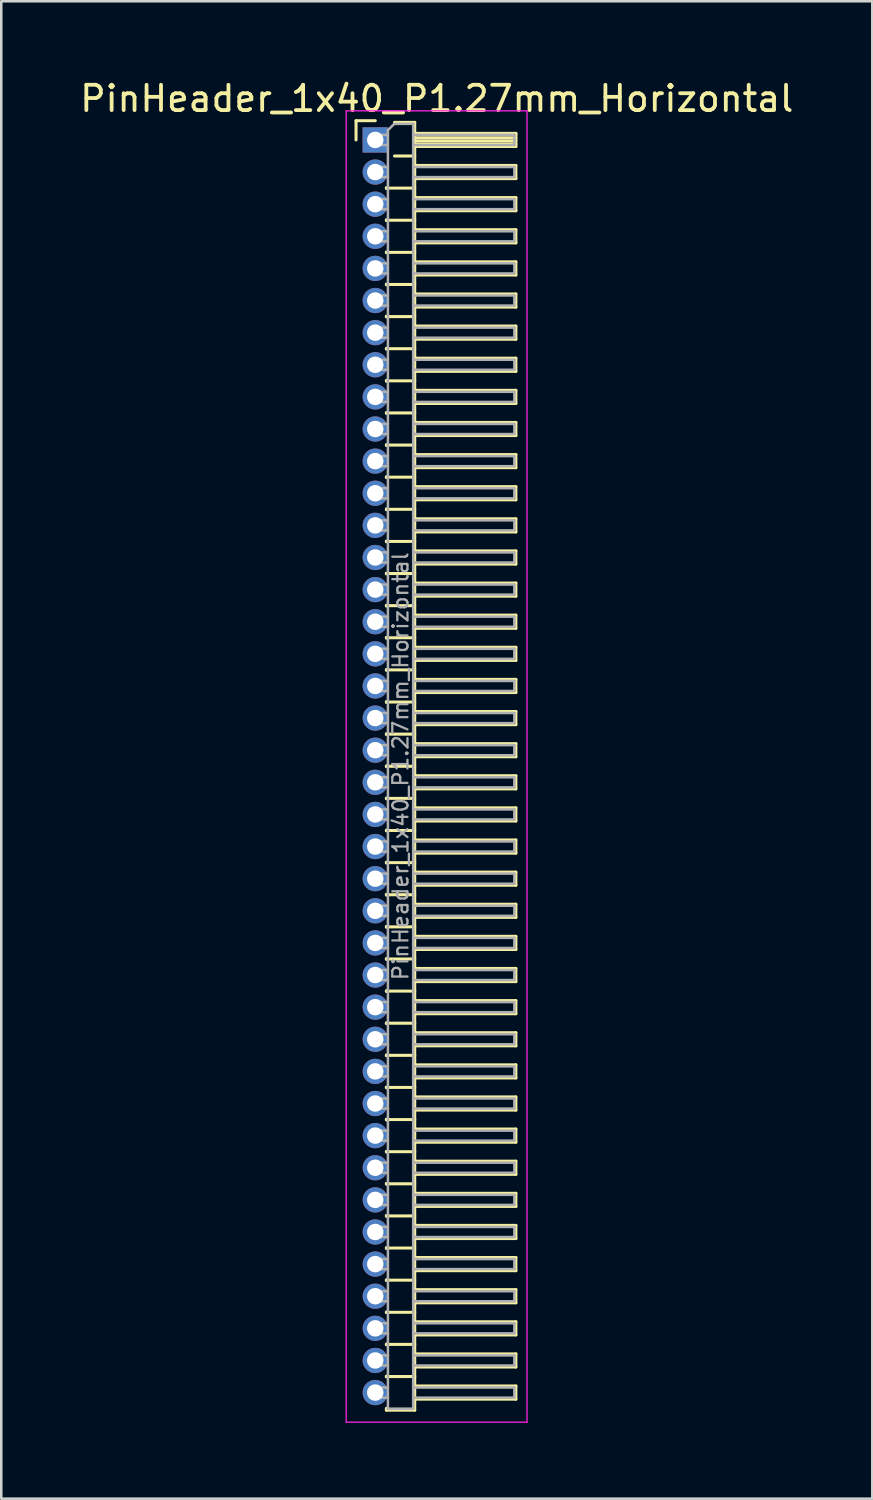
<source format=kicad_pcb>
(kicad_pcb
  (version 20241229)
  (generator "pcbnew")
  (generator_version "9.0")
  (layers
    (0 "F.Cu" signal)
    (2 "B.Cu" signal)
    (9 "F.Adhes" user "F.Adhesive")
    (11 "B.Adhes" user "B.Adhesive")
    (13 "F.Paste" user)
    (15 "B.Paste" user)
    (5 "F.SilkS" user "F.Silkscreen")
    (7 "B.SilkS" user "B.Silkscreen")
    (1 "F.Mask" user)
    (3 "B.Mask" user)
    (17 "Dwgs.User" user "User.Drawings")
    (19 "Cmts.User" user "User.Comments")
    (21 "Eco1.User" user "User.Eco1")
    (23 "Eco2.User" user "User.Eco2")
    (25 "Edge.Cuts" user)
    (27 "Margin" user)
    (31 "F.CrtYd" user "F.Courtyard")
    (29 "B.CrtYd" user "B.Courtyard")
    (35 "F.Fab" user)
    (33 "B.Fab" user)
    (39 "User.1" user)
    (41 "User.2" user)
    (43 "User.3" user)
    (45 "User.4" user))
  (footprint "PinHeader_1x40_P1.27mm_Horizontal"
    (layer "F.Cu")
    (at 11.788 2.483)
    (property "Reference" "PinHeader_1x40_P1.27mm_Horizontal" (at 2.433 -1.635 0) (layer "F.SilkS") (effects (font (size 1 1) (thickness 0.15))))
    (attr through_hole)
    (fp_line (start -0.76 -0.76) (end 0 -0.76) (stroke (width 0.12) (type solid)) (layer "F.SilkS"))
    (fp_line (start -0.76 0) (end -0.76 -0.76) (stroke (width 0.12) (type solid)) (layer "F.SilkS"))
    (fp_line (start 0.44 1.89) (end 0.44 1.92) (stroke (width 0.12) (type solid)) (layer "F.SilkS"))
    (fp_line (start 0.44 1.905) (end 1.56 1.905) (stroke (width 0.12) (type solid)) (layer "F.SilkS"))
    (fp_line (start 0.44 3.16) (end 0.44 3.19) (stroke (width 0.12) (type solid)) (layer "F.SilkS"))
    (fp_line (start 0.44 3.175) (end 1.56 3.175) (stroke (width 0.12) (type solid)) (layer "F.SilkS"))
    (fp_line (start 0.44 4.43) (end 0.44 4.46) (stroke (width 0.12) (type solid)) (layer "F.SilkS"))
    (fp_line (start 0.44 4.445) (end 1.56 4.445) (stroke (width 0.12) (type solid)) (layer "F.SilkS"))
    (fp_line (start 0.44 5.7) (end 0.44 5.73) (stroke (width 0.12) (type solid)) (layer "F.SilkS"))
    (fp_line (start 0.44 5.715) (end 1.56 5.715) (stroke (width 0.12) (type solid)) (layer "F.SilkS"))
    (fp_line (start 0.44 6.97) (end 0.44 7) (stroke (width 0.12) (type solid)) (layer "F.SilkS"))
    (fp_line (start 0.44 6.985) (end 1.56 6.985) (stroke (width 0.12) (type solid)) (layer "F.SilkS"))
    (fp_line (start 0.44 8.24) (end 0.44 8.27) (stroke (width 0.12) (type solid)) (layer "F.SilkS"))
    (fp_line (start 0.44 8.255) (end 1.56 8.255) (stroke (width 0.12) (type solid)) (layer "F.SilkS"))
    (fp_line (start 0.44 9.51) (end 0.44 9.54) (stroke (width 0.12) (type solid)) (layer "F.SilkS"))
    (fp_line (start 0.44 9.525) (end 1.56 9.525) (stroke (width 0.12) (type solid)) (layer "F.SilkS"))
    (fp_line (start 0.44 10.78) (end 0.44 10.81) (stroke (width 0.12) (type solid)) (layer "F.SilkS"))
    (fp_line (start 0.44 10.795) (end 1.56 10.795) (stroke (width 0.12) (type solid)) (layer "F.SilkS"))
    (fp_line (start 0.44 12.05) (end 0.44 12.08) (stroke (width 0.12) (type solid)) (layer "F.SilkS"))
    (fp_line (start 0.44 12.065) (end 1.56 12.065) (stroke (width 0.12) (type solid)) (layer "F.SilkS"))
    (fp_line (start 0.44 13.32) (end 0.44 13.35) (stroke (width 0.12) (type solid)) (layer "F.SilkS"))
    (fp_line (start 0.44 13.335) (end 1.56 13.335) (stroke (width 0.12) (type solid)) (layer "F.SilkS"))
    (fp_line (start 0.44 14.59) (end 0.44 14.62) (stroke (width 0.12) (type solid)) (layer "F.SilkS"))
    (fp_line (start 0.44 14.605) (end 1.56 14.605) (stroke (width 0.12) (type solid)) (layer "F.SilkS"))
    (fp_line (start 0.44 15.86) (end 0.44 15.89) (stroke (width 0.12) (type solid)) (layer "F.SilkS"))
    (fp_line (start 0.44 15.875) (end 1.56 15.875) (stroke (width 0.12) (type solid)) (layer "F.SilkS"))
    (fp_line (start 0.44 17.13) (end 0.44 17.16) (stroke (width 0.12) (type solid)) (layer "F.SilkS"))
    (fp_line (start 0.44 17.145) (end 1.56 17.145) (stroke (width 0.12) (type solid)) (layer "F.SilkS"))
    (fp_line (start 0.44 18.4) (end 0.44 18.43) (stroke (width 0.12) (type solid)) (layer "F.SilkS"))
    (fp_line (start 0.44 18.415) (end 1.56 18.415) (stroke (width 0.12) (type solid)) (layer "F.SilkS"))
    (fp_line (start 0.44 19.67) (end 0.44 19.7) (stroke (width 0.12) (type solid)) (layer "F.SilkS"))
    (fp_line (start 0.44 19.685) (end 1.56 19.685) (stroke (width 0.12) (type solid)) (layer "F.SilkS"))
    (fp_line (start 0.44 20.94) (end 0.44 20.97) (stroke (width 0.12) (type solid)) (layer "F.SilkS"))
    (fp_line (start 0.44 20.955) (end 1.56 20.955) (stroke (width 0.12) (type solid)) (layer "F.SilkS"))
    (fp_line (start 0.44 22.21) (end 0.44 22.24) (stroke (width 0.12) (type solid)) (layer "F.SilkS"))
    (fp_line (start 0.44 22.225) (end 1.56 22.225) (stroke (width 0.12) (type solid)) (layer "F.SilkS"))
    (fp_line (start 0.44 23.48) (end 0.44 23.51) (stroke (width 0.12) (type solid)) (layer "F.SilkS"))
    (fp_line (start 0.44 23.495) (end 1.56 23.495) (stroke (width 0.12) (type solid)) (layer "F.SilkS"))
    (fp_line (start 0.44 24.75) (end 0.44 24.78) (stroke (width 0.12) (type solid)) (layer "F.SilkS"))
    (fp_line (start 0.44 24.765) (end 1.56 24.765) (stroke (width 0.12) (type solid)) (layer "F.SilkS"))
    (fp_line (start 0.44 26.02) (end 0.44 26.05) (stroke (width 0.12) (type solid)) (layer "F.SilkS"))
    (fp_line (start 0.44 26.035) (end 1.56 26.035) (stroke (width 0.12) (type solid)) (layer "F.SilkS"))
    (fp_line (start 0.44 27.29) (end 0.44 27.32) (stroke (width 0.12) (type solid)) (layer "F.SilkS"))
    (fp_line (start 0.44 27.305) (end 1.56 27.305) (stroke (width 0.12) (type solid)) (layer "F.SilkS"))
    (fp_line (start 0.44 28.56) (end 0.44 28.59) (stroke (width 0.12) (type solid)) (layer "F.SilkS"))
    (fp_line (start 0.44 28.575) (end 1.56 28.575) (stroke (width 0.12) (type solid)) (layer "F.SilkS"))
    (fp_line (start 0.44 29.83) (end 0.44 29.86) (stroke (width 0.12) (type solid)) (layer "F.SilkS"))
    (fp_line (start 0.44 29.845) (end 1.56 29.845) (stroke (width 0.12) (type solid)) (layer "F.SilkS"))
    (fp_line (start 0.44 31.1) (end 0.44 31.13) (stroke (width 0.12) (type solid)) (layer "F.SilkS"))
    (fp_line (start 0.44 31.115) (end 1.56 31.115) (stroke (width 0.12) (type solid)) (layer "F.SilkS"))
    (fp_line (start 0.44 32.37) (end 0.44 32.4) (stroke (width 0.12) (type solid)) (layer "F.SilkS"))
    (fp_line (start 0.44 32.385) (end 1.56 32.385) (stroke (width 0.12) (type solid)) (layer "F.SilkS"))
    (fp_line (start 0.44 33.64) (end 0.44 33.67) (stroke (width 0.12) (type solid)) (layer "F.SilkS"))
    (fp_line (start 0.44 33.655) (end 1.56 33.655) (stroke (width 0.12) (type solid)) (layer "F.SilkS"))
    (fp_line (start 0.44 34.91) (end 0.44 34.94) (stroke (width 0.12) (type solid)) (layer "F.SilkS"))
    (fp_line (start 0.44 34.925) (end 1.56 34.925) (stroke (width 0.12) (type solid)) (layer "F.SilkS"))
    (fp_line (start 0.44 36.18) (end 0.44 36.21) (stroke (width 0.12) (type solid)) (layer "F.SilkS"))
    (fp_line (start 0.44 36.195) (end 1.56 36.195) (stroke (width 0.12) (type solid)) (layer "F.SilkS"))
    (fp_line (start 0.44 37.45) (end 0.44 37.48) (stroke (width 0.12) (type solid)) (layer "F.SilkS"))
    (fp_line (start 0.44 37.465) (end 1.56 37.465) (stroke (width 0.12) (type solid)) (layer "F.SilkS"))
    (fp_line (start 0.44 38.72) (end 0.44 38.75) (stroke (width 0.12) (type solid)) (layer "F.SilkS"))
    (fp_line (start 0.44 38.735) (end 1.56 38.735) (stroke (width 0.12) (type solid)) (layer "F.SilkS"))
    (fp_line (start 0.44 39.99) (end 0.44 40.02) (stroke (width 0.12) (type solid)) (layer "F.SilkS"))
    (fp_line (start 0.44 40.005) (end 1.56 40.005) (stroke (width 0.12) (type solid)) (layer "F.SilkS"))
    (fp_line (start 0.44 41.26) (end 0.44 41.29) (stroke (width 0.12) (type solid)) (layer "F.SilkS"))
    (fp_line (start 0.44 41.275) (end 1.56 41.275) (stroke (width 0.12) (type solid)) (layer "F.SilkS"))
    (fp_line (start 0.44 42.53) (end 0.44 42.56) (stroke (width 0.12) (type solid)) (layer "F.SilkS"))
    (fp_line (start 0.44 42.545) (end 1.56 42.545) (stroke (width 0.12) (type solid)) (layer "F.SilkS"))
    (fp_line (start 0.44 43.8) (end 0.44 43.83) (stroke (width 0.12) (type solid)) (layer "F.SilkS"))
    (fp_line (start 0.44 43.815) (end 1.56 43.815) (stroke (width 0.12) (type solid)) (layer "F.SilkS"))
    (fp_line (start 0.44 45.07) (end 0.44 45.1) (stroke (width 0.12) (type solid)) (layer "F.SilkS"))
    (fp_line (start 0.44 45.085) (end 1.56 45.085) (stroke (width 0.12) (type solid)) (layer "F.SilkS"))
    (fp_line (start 0.44 46.34) (end 0.44 46.37) (stroke (width 0.12) (type solid)) (layer "F.SilkS"))
    (fp_line (start 0.44 46.355) (end 1.56 46.355) (stroke (width 0.12) (type solid)) (layer "F.SilkS"))
    (fp_line (start 0.44 47.61) (end 0.44 47.64) (stroke (width 0.12) (type solid)) (layer "F.SilkS"))
    (fp_line (start 0.44 47.625) (end 1.56 47.625) (stroke (width 0.12) (type solid)) (layer "F.SilkS"))
    (fp_line (start 0.44 48.88) (end 0.44 48.91) (stroke (width 0.12) (type solid)) (layer "F.SilkS"))
    (fp_line (start 0.44 48.895) (end 1.56 48.895) (stroke (width 0.12) (type solid)) (layer "F.SilkS"))
    (fp_line (start 0.44 50.225) (end 0.44 50.15) (stroke (width 0.12) (type solid)) (layer "F.SilkS"))
    (fp_line (start 0.76 -0.695) (end 1.56 -0.695) (stroke (width 0.12) (type solid)) (layer "F.SilkS"))
    (fp_line (start 0.76 0.635) (end 1.56 0.635) (stroke (width 0.12) (type solid)) (layer "F.SilkS"))
    (fp_line (start 1.56 -0.695) (end 1.56 50.225) (stroke (width 0.12) (type solid)) (layer "F.SilkS"))
    (fp_line (start 1.56 -0.26) (end 5.56 -0.26) (stroke (width 0.12) (type solid)) (layer "F.SilkS"))
    (fp_line (start 1.56 -0.2) (end 5.56 -0.2) (stroke (width 0.12) (type solid)) (layer "F.SilkS"))
    (fp_line (start 1.56 -0.08) (end 5.56 -0.08) (stroke (width 0.12) (type solid)) (layer "F.SilkS"))
    (fp_line (start 1.56 0.04) (end 5.56 0.04) (stroke (width 0.12) (type solid)) (layer "F.SilkS"))
    (fp_line (start 1.56 0.16) (end 5.56 0.16) (stroke (width 0.12) (type solid)) (layer "F.SilkS"))
    (fp_line (start 1.56 1.01) (end 5.56 1.01) (stroke (width 0.12) (type solid)) (layer "F.SilkS"))
    (fp_line (start 1.56 2.28) (end 5.56 2.28) (stroke (width 0.12) (type solid)) (layer "F.SilkS"))
    (fp_line (start 1.56 3.55) (end 5.56 3.55) (stroke (width 0.12) (type solid)) (layer "F.SilkS"))
    (fp_line (start 1.56 4.82) (end 5.56 4.82) (stroke (width 0.12) (type solid)) (layer "F.SilkS"))
    (fp_line (start 1.56 6.09) (end 5.56 6.09) (stroke (width 0.12) (type solid)) (layer "F.SilkS"))
    (fp_line (start 1.56 7.36) (end 5.56 7.36) (stroke (width 0.12) (type solid)) (layer "F.SilkS"))
    (fp_line (start 1.56 8.63) (end 5.56 8.63) (stroke (width 0.12) (type solid)) (layer "F.SilkS"))
    (fp_line (start 1.56 9.9) (end 5.56 9.9) (stroke (width 0.12) (type solid)) (layer "F.SilkS"))
    (fp_line (start 1.56 11.17) (end 5.56 11.17) (stroke (width 0.12) (type solid)) (layer "F.SilkS"))
    (fp_line (start 1.56 12.44) (end 5.56 12.44) (stroke (width 0.12) (type solid)) (layer "F.SilkS"))
    (fp_line (start 1.56 13.71) (end 5.56 13.71) (stroke (width 0.12) (type solid)) (layer "F.SilkS"))
    (fp_line (start 1.56 14.98) (end 5.56 14.98) (stroke (width 0.12) (type solid)) (layer "F.SilkS"))
    (fp_line (start 1.56 16.25) (end 5.56 16.25) (stroke (width 0.12) (type solid)) (layer "F.SilkS"))
    (fp_line (start 1.56 17.52) (end 5.56 17.52) (stroke (width 0.12) (type solid)) (layer "F.SilkS"))
    (fp_line (start 1.56 18.79) (end 5.56 18.79) (stroke (width 0.12) (type solid)) (layer "F.SilkS"))
    (fp_line (start 1.56 20.06) (end 5.56 20.06) (stroke (width 0.12) (type solid)) (layer "F.SilkS"))
    (fp_line (start 1.56 21.33) (end 5.56 21.33) (stroke (width 0.12) (type solid)) (layer "F.SilkS"))
    (fp_line (start 1.56 22.6) (end 5.56 22.6) (stroke (width 0.12) (type solid)) (layer "F.SilkS"))
    (fp_line (start 1.56 23.87) (end 5.56 23.87) (stroke (width 0.12) (type solid)) (layer "F.SilkS"))
    (fp_line (start 1.56 25.14) (end 5.56 25.14) (stroke (width 0.12) (type solid)) (layer "F.SilkS"))
    (fp_line (start 1.56 26.41) (end 5.56 26.41) (stroke (width 0.12) (type solid)) (layer "F.SilkS"))
    (fp_line (start 1.56 27.68) (end 5.56 27.68) (stroke (width 0.12) (type solid)) (layer "F.SilkS"))
    (fp_line (start 1.56 28.95) (end 5.56 28.95) (stroke (width 0.12) (type solid)) (layer "F.SilkS"))
    (fp_line (start 1.56 30.22) (end 5.56 30.22) (stroke (width 0.12) (type solid)) (layer "F.SilkS"))
    (fp_line (start 1.56 31.49) (end 5.56 31.49) (stroke (width 0.12) (type solid)) (layer "F.SilkS"))
    (fp_line (start 1.56 32.76) (end 5.56 32.76) (stroke (width 0.12) (type solid)) (layer "F.SilkS"))
    (fp_line (start 1.56 34.03) (end 5.56 34.03) (stroke (width 0.12) (type solid)) (layer "F.SilkS"))
    (fp_line (start 1.56 35.3) (end 5.56 35.3) (stroke (width 0.12) (type solid)) (layer "F.SilkS"))
    (fp_line (start 1.56 36.57) (end 5.56 36.57) (stroke (width 0.12) (type solid)) (layer "F.SilkS"))
    (fp_line (start 1.56 37.84) (end 5.56 37.84) (stroke (width 0.12) (type solid)) (layer "F.SilkS"))
    (fp_line (start 1.56 39.11) (end 5.56 39.11) (stroke (width 0.12) (type solid)) (layer "F.SilkS"))
    (fp_line (start 1.56 40.38) (end 5.56 40.38) (stroke (width 0.12) (type solid)) (layer "F.SilkS"))
    (fp_line (start 1.56 41.65) (end 5.56 41.65) (stroke (width 0.12) (type solid)) (layer "F.SilkS"))
    (fp_line (start 1.56 42.92) (end 5.56 42.92) (stroke (width 0.12) (type solid)) (layer "F.SilkS"))
    (fp_line (start 1.56 44.19) (end 5.56 44.19) (stroke (width 0.12) (type solid)) (layer "F.SilkS"))
    (fp_line (start 1.56 45.46) (end 5.56 45.46) (stroke (width 0.12) (type solid)) (layer "F.SilkS"))
    (fp_line (start 1.56 46.73) (end 5.56 46.73) (stroke (width 0.12) (type solid)) (layer "F.SilkS"))
    (fp_line (start 1.56 48) (end 5.56 48) (stroke (width 0.12) (type solid)) (layer "F.SilkS"))
    (fp_line (start 1.56 49.27) (end 5.56 49.27) (stroke (width 0.12) (type solid)) (layer "F.SilkS"))
    (fp_line (start 1.56 50.225) (end 0.44 50.225) (stroke (width 0.12) (type solid)) (layer "F.SilkS"))
    (fp_line (start 5.56 -0.26) (end 5.56 0.26) (stroke (width 0.12) (type solid)) (layer "F.SilkS"))
    (fp_line (start 5.56 0.26) (end 1.56 0.26) (stroke (width 0.12) (type solid)) (layer "F.SilkS"))
    (fp_line (start 5.56 1.01) (end 5.56 1.53) (stroke (width 0.12) (type solid)) (layer "F.SilkS"))
    (fp_line (start 5.56 1.53) (end 1.56 1.53) (stroke (width 0.12) (type solid)) (layer "F.SilkS"))
    (fp_line (start 5.56 2.28) (end 5.56 2.8) (stroke (width 0.12) (type solid)) (layer "F.SilkS"))
    (fp_line (start 5.56 2.8) (end 1.56 2.8) (stroke (width 0.12) (type solid)) (layer "F.SilkS"))
    (fp_line (start 5.56 3.55) (end 5.56 4.07) (stroke (width 0.12) (type solid)) (layer "F.SilkS"))
    (fp_line (start 5.56 4.07) (end 1.56 4.07) (stroke (width 0.12) (type solid)) (layer "F.SilkS"))
    (fp_line (start 5.56 4.82) (end 5.56 5.34) (stroke (width 0.12) (type solid)) (layer "F.SilkS"))
    (fp_line (start 5.56 5.34) (end 1.56 5.34) (stroke (width 0.12) (type solid)) (layer "F.SilkS"))
    (fp_line (start 5.56 6.09) (end 5.56 6.61) (stroke (width 0.12) (type solid)) (layer "F.SilkS"))
    (fp_line (start 5.56 6.61) (end 1.56 6.61) (stroke (width 0.12) (type solid)) (layer "F.SilkS"))
    (fp_line (start 5.56 7.36) (end 5.56 7.88) (stroke (width 0.12) (type solid)) (layer "F.SilkS"))
    (fp_line (start 5.56 7.88) (end 1.56 7.88) (stroke (width 0.12) (type solid)) (layer "F.SilkS"))
    (fp_line (start 5.56 8.63) (end 5.56 9.15) (stroke (width 0.12) (type solid)) (layer "F.SilkS"))
    (fp_line (start 5.56 9.15) (end 1.56 9.15) (stroke (width 0.12) (type solid)) (layer "F.SilkS"))
    (fp_line (start 5.56 9.9) (end 5.56 10.42) (stroke (width 0.12) (type solid)) (layer "F.SilkS"))
    (fp_line (start 5.56 10.42) (end 1.56 10.42) (stroke (width 0.12) (type solid)) (layer "F.SilkS"))
    (fp_line (start 5.56 11.17) (end 5.56 11.69) (stroke (width 0.12) (type solid)) (layer "F.SilkS"))
    (fp_line (start 5.56 11.69) (end 1.56 11.69) (stroke (width 0.12) (type solid)) (layer "F.SilkS"))
    (fp_line (start 5.56 12.44) (end 5.56 12.96) (stroke (width 0.12) (type solid)) (layer "F.SilkS"))
    (fp_line (start 5.56 12.96) (end 1.56 12.96) (stroke (width 0.12) (type solid)) (layer "F.SilkS"))
    (fp_line (start 5.56 13.71) (end 5.56 14.23) (stroke (width 0.12) (type solid)) (layer "F.SilkS"))
    (fp_line (start 5.56 14.23) (end 1.56 14.23) (stroke (width 0.12) (type solid)) (layer "F.SilkS"))
    (fp_line (start 5.56 14.98) (end 5.56 15.5) (stroke (width 0.12) (type solid)) (layer "F.SilkS"))
    (fp_line (start 5.56 15.5) (end 1.56 15.5) (stroke (width 0.12) (type solid)) (layer "F.SilkS"))
    (fp_line (start 5.56 16.25) (end 5.56 16.77) (stroke (width 0.12) (type solid)) (layer "F.SilkS"))
    (fp_line (start 5.56 16.77) (end 1.56 16.77) (stroke (width 0.12) (type solid)) (layer "F.SilkS"))
    (fp_line (start 5.56 17.52) (end 5.56 18.04) (stroke (width 0.12) (type solid)) (layer "F.SilkS"))
    (fp_line (start 5.56 18.04) (end 1.56 18.04) (stroke (width 0.12) (type solid)) (layer "F.SilkS"))
    (fp_line (start 5.56 18.79) (end 5.56 19.31) (stroke (width 0.12) (type solid)) (layer "F.SilkS"))
    (fp_line (start 5.56 19.31) (end 1.56 19.31) (stroke (width 0.12) (type solid)) (layer "F.SilkS"))
    (fp_line (start 5.56 20.06) (end 5.56 20.58) (stroke (width 0.12) (type solid)) (layer "F.SilkS"))
    (fp_line (start 5.56 20.58) (end 1.56 20.58) (stroke (width 0.12) (type solid)) (layer "F.SilkS"))
    (fp_line (start 5.56 21.33) (end 5.56 21.85) (stroke (width 0.12) (type solid)) (layer "F.SilkS"))
    (fp_line (start 5.56 21.85) (end 1.56 21.85) (stroke (width 0.12) (type solid)) (layer "F.SilkS"))
    (fp_line (start 5.56 22.6) (end 5.56 23.12) (stroke (width 0.12) (type solid)) (layer "F.SilkS"))
    (fp_line (start 5.56 23.12) (end 1.56 23.12) (stroke (width 0.12) (type solid)) (layer "F.SilkS"))
    (fp_line (start 5.56 23.87) (end 5.56 24.39) (stroke (width 0.12) (type solid)) (layer "F.SilkS"))
    (fp_line (start 5.56 24.39) (end 1.56 24.39) (stroke (width 0.12) (type solid)) (layer "F.SilkS"))
    (fp_line (start 5.56 25.14) (end 5.56 25.66) (stroke (width 0.12) (type solid)) (layer "F.SilkS"))
    (fp_line (start 5.56 25.66) (end 1.56 25.66) (stroke (width 0.12) (type solid)) (layer "F.SilkS"))
    (fp_line (start 5.56 26.41) (end 5.56 26.93) (stroke (width 0.12) (type solid)) (layer "F.SilkS"))
    (fp_line (start 5.56 26.93) (end 1.56 26.93) (stroke (width 0.12) (type solid)) (layer "F.SilkS"))
    (fp_line (start 5.56 27.68) (end 5.56 28.2) (stroke (width 0.12) (type solid)) (layer "F.SilkS"))
    (fp_line (start 5.56 28.2) (end 1.56 28.2) (stroke (width 0.12) (type solid)) (layer "F.SilkS"))
    (fp_line (start 5.56 28.95) (end 5.56 29.47) (stroke (width 0.12) (type solid)) (layer "F.SilkS"))
    (fp_line (start 5.56 29.47) (end 1.56 29.47) (stroke (width 0.12) (type solid)) (layer "F.SilkS"))
    (fp_line (start 5.56 30.22) (end 5.56 30.74) (stroke (width 0.12) (type solid)) (layer "F.SilkS"))
    (fp_line (start 5.56 30.74) (end 1.56 30.74) (stroke (width 0.12) (type solid)) (layer "F.SilkS"))
    (fp_line (start 5.56 31.49) (end 5.56 32.01) (stroke (width 0.12) (type solid)) (layer "F.SilkS"))
    (fp_line (start 5.56 32.01) (end 1.56 32.01) (stroke (width 0.12) (type solid)) (layer "F.SilkS"))
    (fp_line (start 5.56 32.76) (end 5.56 33.28) (stroke (width 0.12) (type solid)) (layer "F.SilkS"))
    (fp_line (start 5.56 33.28) (end 1.56 33.28) (stroke (width 0.12) (type solid)) (layer "F.SilkS"))
    (fp_line (start 5.56 34.03) (end 5.56 34.55) (stroke (width 0.12) (type solid)) (layer "F.SilkS"))
    (fp_line (start 5.56 34.55) (end 1.56 34.55) (stroke (width 0.12) (type solid)) (layer "F.SilkS"))
    (fp_line (start 5.56 35.3) (end 5.56 35.82) (stroke (width 0.12) (type solid)) (layer "F.SilkS"))
    (fp_line (start 5.56 35.82) (end 1.56 35.82) (stroke (width 0.12) (type solid)) (layer "F.SilkS"))
    (fp_line (start 5.56 36.57) (end 5.56 37.09) (stroke (width 0.12) (type solid)) (layer "F.SilkS"))
    (fp_line (start 5.56 37.09) (end 1.56 37.09) (stroke (width 0.12) (type solid)) (layer "F.SilkS"))
    (fp_line (start 5.56 37.84) (end 5.56 38.36) (stroke (width 0.12) (type solid)) (layer "F.SilkS"))
    (fp_line (start 5.56 38.36) (end 1.56 38.36) (stroke (width 0.12) (type solid)) (layer "F.SilkS"))
    (fp_line (start 5.56 39.11) (end 5.56 39.63) (stroke (width 0.12) (type solid)) (layer "F.SilkS"))
    (fp_line (start 5.56 39.63) (end 1.56 39.63) (stroke (width 0.12) (type solid)) (layer "F.SilkS"))
    (fp_line (start 5.56 40.38) (end 5.56 40.9) (stroke (width 0.12) (type solid)) (layer "F.SilkS"))
    (fp_line (start 5.56 40.9) (end 1.56 40.9) (stroke (width 0.12) (type solid)) (layer "F.SilkS"))
    (fp_line (start 5.56 41.65) (end 5.56 42.17) (stroke (width 0.12) (type solid)) (layer "F.SilkS"))
    (fp_line (start 5.56 42.17) (end 1.56 42.17) (stroke (width 0.12) (type solid)) (layer "F.SilkS"))
    (fp_line (start 5.56 42.92) (end 5.56 43.44) (stroke (width 0.12) (type solid)) (layer "F.SilkS"))
    (fp_line (start 5.56 43.44) (end 1.56 43.44) (stroke (width 0.12) (type solid)) (layer "F.SilkS"))
    (fp_line (start 5.56 44.19) (end 5.56 44.71) (stroke (width 0.12) (type solid)) (layer "F.SilkS"))
    (fp_line (start 5.56 44.71) (end 1.56 44.71) (stroke (width 0.12) (type solid)) (layer "F.SilkS"))
    (fp_line (start 5.56 45.46) (end 5.56 45.98) (stroke (width 0.12) (type solid)) (layer "F.SilkS"))
    (fp_line (start 5.56 45.98) (end 1.56 45.98) (stroke (width 0.12) (type solid)) (layer "F.SilkS"))
    (fp_line (start 5.56 46.73) (end 5.56 47.25) (stroke (width 0.12) (type solid)) (layer "F.SilkS"))
    (fp_line (start 5.56 47.25) (end 1.56 47.25) (stroke (width 0.12) (type solid)) (layer "F.SilkS"))
    (fp_line (start 5.56 48) (end 5.56 48.52) (stroke (width 0.12) (type solid)) (layer "F.SilkS"))
    (fp_line (start 5.56 48.52) (end 1.56 48.52) (stroke (width 0.12) (type solid)) (layer "F.SilkS"))
    (fp_line (start 5.56 49.27) (end 5.56 49.79) (stroke (width 0.12) (type solid)) (layer "F.SilkS"))
    (fp_line (start 5.56 49.79) (end 1.56 49.79) (stroke (width 0.12) (type solid)) (layer "F.SilkS"))
    (fp_line (start -1.15 -1.15) (end -1.15 50.7) (stroke (width 0.05) (type solid)) (layer "F.CrtYd"))
    (fp_line (start -1.15 50.7) (end 6 50.7) (stroke (width 0.05) (type solid)) (layer "F.CrtYd"))
    (fp_line (start 6 -1.15) (end -1.15 -1.15) (stroke (width 0.05) (type solid)) (layer "F.CrtYd"))
    (fp_line (start 6 50.7) (end 6 -1.15) (stroke (width 0.05) (type solid)) (layer "F.CrtYd"))
    (fp_line (start -0.2 -0.2) (end -0.2 0.2) (stroke (width 0.1) (type solid)) (layer "F.Fab"))
    (fp_line (start -0.2 -0.2) (end 0.5 -0.2) (stroke (width 0.1) (type solid)) (layer "F.Fab"))
    (fp_line (start -0.2 0.2) (end 0.5 0.2) (stroke (width 0.1) (type solid)) (layer "F.Fab"))
    (fp_line (start -0.2 1.07) (end -0.2 1.47) (stroke (width 0.1) (type solid)) (layer "F.Fab"))
    (fp_line (start -0.2 1.07) (end 0.5 1.07) (stroke (width 0.1) (type solid)) (layer "F.Fab"))
    (fp_line (start -0.2 1.47) (end 0.5 1.47) (stroke (width 0.1) (type solid)) (layer "F.Fab"))
    (fp_line (start -0.2 2.34) (end -0.2 2.74) (stroke (width 0.1) (type solid)) (layer "F.Fab"))
    (fp_line (start -0.2 2.34) (end 0.5 2.34) (stroke (width 0.1) (type solid)) (layer "F.Fab"))
    (fp_line (start -0.2 2.74) (end 0.5 2.74) (stroke (width 0.1) (type solid)) (layer "F.Fab"))
    (fp_line (start -0.2 3.61) (end -0.2 4.01) (stroke (width 0.1) (type solid)) (layer "F.Fab"))
    (fp_line (start -0.2 3.61) (end 0.5 3.61) (stroke (width 0.1) (type solid)) (layer "F.Fab"))
    (fp_line (start -0.2 4.01) (end 0.5 4.01) (stroke (width 0.1) (type solid)) (layer "F.Fab"))
    (fp_line (start -0.2 4.88) (end -0.2 5.28) (stroke (width 0.1) (type solid)) (layer "F.Fab"))
    (fp_line (start -0.2 4.88) (end 0.5 4.88) (stroke (width 0.1) (type solid)) (layer "F.Fab"))
    (fp_line (start -0.2 5.28) (end 0.5 5.28) (stroke (width 0.1) (type solid)) (layer "F.Fab"))
    (fp_line (start -0.2 6.15) (end -0.2 6.55) (stroke (width 0.1) (type solid)) (layer "F.Fab"))
    (fp_line (start -0.2 6.15) (end 0.5 6.15) (stroke (width 0.1) (type solid)) (layer "F.Fab"))
    (fp_line (start -0.2 6.55) (end 0.5 6.55) (stroke (width 0.1) (type solid)) (layer "F.Fab"))
    (fp_line (start -0.2 7.42) (end -0.2 7.82) (stroke (width 0.1) (type solid)) (layer "F.Fab"))
    (fp_line (start -0.2 7.42) (end 0.5 7.42) (stroke (width 0.1) (type solid)) (layer "F.Fab"))
    (fp_line (start -0.2 7.82) (end 0.5 7.82) (stroke (width 0.1) (type solid)) (layer "F.Fab"))
    (fp_line (start -0.2 8.69) (end -0.2 9.09) (stroke (width 0.1) (type solid)) (layer "F.Fab"))
    (fp_line (start -0.2 8.69) (end 0.5 8.69) (stroke (width 0.1) (type solid)) (layer "F.Fab"))
    (fp_line (start -0.2 9.09) (end 0.5 9.09) (stroke (width 0.1) (type solid)) (layer "F.Fab"))
    (fp_line (start -0.2 9.96) (end -0.2 10.36) (stroke (width 0.1) (type solid)) (layer "F.Fab"))
    (fp_line (start -0.2 9.96) (end 0.5 9.96) (stroke (width 0.1) (type solid)) (layer "F.Fab"))
    (fp_line (start -0.2 10.36) (end 0.5 10.36) (stroke (width 0.1) (type solid)) (layer "F.Fab"))
    (fp_line (start -0.2 11.23) (end -0.2 11.63) (stroke (width 0.1) (type solid)) (layer "F.Fab"))
    (fp_line (start -0.2 11.23) (end 0.5 11.23) (stroke (width 0.1) (type solid)) (layer "F.Fab"))
    (fp_line (start -0.2 11.63) (end 0.5 11.63) (stroke (width 0.1) (type solid)) (layer "F.Fab"))
    (fp_line (start -0.2 12.5) (end -0.2 12.9) (stroke (width 0.1) (type solid)) (layer "F.Fab"))
    (fp_line (start -0.2 12.5) (end 0.5 12.5) (stroke (width 0.1) (type solid)) (layer "F.Fab"))
    (fp_line (start -0.2 12.9) (end 0.5 12.9) (stroke (width 0.1) (type solid)) (layer "F.Fab"))
    (fp_line (start -0.2 13.77) (end -0.2 14.17) (stroke (width 0.1) (type solid)) (layer "F.Fab"))
    (fp_line (start -0.2 13.77) (end 0.5 13.77) (stroke (width 0.1) (type solid)) (layer "F.Fab"))
    (fp_line (start -0.2 14.17) (end 0.5 14.17) (stroke (width 0.1) (type solid)) (layer "F.Fab"))
    (fp_line (start -0.2 15.04) (end -0.2 15.44) (stroke (width 0.1) (type solid)) (layer "F.Fab"))
    (fp_line (start -0.2 15.04) (end 0.5 15.04) (stroke (width 0.1) (type solid)) (layer "F.Fab"))
    (fp_line (start -0.2 15.44) (end 0.5 15.44) (stroke (width 0.1) (type solid)) (layer "F.Fab"))
    (fp_line (start -0.2 16.31) (end -0.2 16.71) (stroke (width 0.1) (type solid)) (layer "F.Fab"))
    (fp_line (start -0.2 16.31) (end 0.5 16.31) (stroke (width 0.1) (type solid)) (layer "F.Fab"))
    (fp_line (start -0.2 16.71) (end 0.5 16.71) (stroke (width 0.1) (type solid)) (layer "F.Fab"))
    (fp_line (start -0.2 17.58) (end -0.2 17.98) (stroke (width 0.1) (type solid)) (layer "F.Fab"))
    (fp_line (start -0.2 17.58) (end 0.5 17.58) (stroke (width 0.1) (type solid)) (layer "F.Fab"))
    (fp_line (start -0.2 17.98) (end 0.5 17.98) (stroke (width 0.1) (type solid)) (layer "F.Fab"))
    (fp_line (start -0.2 18.85) (end -0.2 19.25) (stroke (width 0.1) (type solid)) (layer "F.Fab"))
    (fp_line (start -0.2 18.85) (end 0.5 18.85) (stroke (width 0.1) (type solid)) (layer "F.Fab"))
    (fp_line (start -0.2 19.25) (end 0.5 19.25) (stroke (width 0.1) (type solid)) (layer "F.Fab"))
    (fp_line (start -0.2 20.12) (end -0.2 20.52) (stroke (width 0.1) (type solid)) (layer "F.Fab"))
    (fp_line (start -0.2 20.12) (end 0.5 20.12) (stroke (width 0.1) (type solid)) (layer "F.Fab"))
    (fp_line (start -0.2 20.52) (end 0.5 20.52) (stroke (width 0.1) (type solid)) (layer "F.Fab"))
    (fp_line (start -0.2 21.39) (end -0.2 21.79) (stroke (width 0.1) (type solid)) (layer "F.Fab"))
    (fp_line (start -0.2 21.39) (end 0.5 21.39) (stroke (width 0.1) (type solid)) (layer "F.Fab"))
    (fp_line (start -0.2 21.79) (end 0.5 21.79) (stroke (width 0.1) (type solid)) (layer "F.Fab"))
    (fp_line (start -0.2 22.66) (end -0.2 23.06) (stroke (width 0.1) (type solid)) (layer "F.Fab"))
    (fp_line (start -0.2 22.66) (end 0.5 22.66) (stroke (width 0.1) (type solid)) (layer "F.Fab"))
    (fp_line (start -0.2 23.06) (end 0.5 23.06) (stroke (width 0.1) (type solid)) (layer "F.Fab"))
    (fp_line (start -0.2 23.93) (end -0.2 24.33) (stroke (width 0.1) (type solid)) (layer "F.Fab"))
    (fp_line (start -0.2 23.93) (end 0.5 23.93) (stroke (width 0.1) (type solid)) (layer "F.Fab"))
    (fp_line (start -0.2 24.33) (end 0.5 24.33) (stroke (width 0.1) (type solid)) (layer "F.Fab"))
    (fp_line (start -0.2 25.2) (end -0.2 25.6) (stroke (width 0.1) (type solid)) (layer "F.Fab"))
    (fp_line (start -0.2 25.2) (end 0.5 25.2) (stroke (width 0.1) (type solid)) (layer "F.Fab"))
    (fp_line (start -0.2 25.6) (end 0.5 25.6) (stroke (width 0.1) (type solid)) (layer "F.Fab"))
    (fp_line (start -0.2 26.47) (end -0.2 26.87) (stroke (width 0.1) (type solid)) (layer "F.Fab"))
    (fp_line (start -0.2 26.47) (end 0.5 26.47) (stroke (width 0.1) (type solid)) (layer "F.Fab"))
    (fp_line (start -0.2 26.87) (end 0.5 26.87) (stroke (width 0.1) (type solid)) (layer "F.Fab"))
    (fp_line (start -0.2 27.74) (end -0.2 28.14) (stroke (width 0.1) (type solid)) (layer "F.Fab"))
    (fp_line (start -0.2 27.74) (end 0.5 27.74) (stroke (width 0.1) (type solid)) (layer "F.Fab"))
    (fp_line (start -0.2 28.14) (end 0.5 28.14) (stroke (width 0.1) (type solid)) (layer "F.Fab"))
    (fp_line (start -0.2 29.01) (end -0.2 29.41) (stroke (width 0.1) (type solid)) (layer "F.Fab"))
    (fp_line (start -0.2 29.01) (end 0.5 29.01) (stroke (width 0.1) (type solid)) (layer "F.Fab"))
    (fp_line (start -0.2 29.41) (end 0.5 29.41) (stroke (width 0.1) (type solid)) (layer "F.Fab"))
    (fp_line (start -0.2 30.28) (end -0.2 30.68) (stroke (width 0.1) (type solid)) (layer "F.Fab"))
    (fp_line (start -0.2 30.28) (end 0.5 30.28) (stroke (width 0.1) (type solid)) (layer "F.Fab"))
    (fp_line (start -0.2 30.68) (end 0.5 30.68) (stroke (width 0.1) (type solid)) (layer "F.Fab"))
    (fp_line (start -0.2 31.55) (end -0.2 31.95) (stroke (width 0.1) (type solid)) (layer "F.Fab"))
    (fp_line (start -0.2 31.55) (end 0.5 31.55) (stroke (width 0.1) (type solid)) (layer "F.Fab"))
    (fp_line (start -0.2 31.95) (end 0.5 31.95) (stroke (width 0.1) (type solid)) (layer "F.Fab"))
    (fp_line (start -0.2 32.82) (end -0.2 33.22) (stroke (width 0.1) (type solid)) (layer "F.Fab"))
    (fp_line (start -0.2 32.82) (end 0.5 32.82) (stroke (width 0.1) (type solid)) (layer "F.Fab"))
    (fp_line (start -0.2 33.22) (end 0.5 33.22) (stroke (width 0.1) (type solid)) (layer "F.Fab"))
    (fp_line (start -0.2 34.09) (end -0.2 34.49) (stroke (width 0.1) (type solid)) (layer "F.Fab"))
    (fp_line (start -0.2 34.09) (end 0.5 34.09) (stroke (width 0.1) (type solid)) (layer "F.Fab"))
    (fp_line (start -0.2 34.49) (end 0.5 34.49) (stroke (width 0.1) (type solid)) (layer "F.Fab"))
    (fp_line (start -0.2 35.36) (end -0.2 35.76) (stroke (width 0.1) (type solid)) (layer "F.Fab"))
    (fp_line (start -0.2 35.36) (end 0.5 35.36) (stroke (width 0.1) (type solid)) (layer "F.Fab"))
    (fp_line (start -0.2 35.76) (end 0.5 35.76) (stroke (width 0.1) (type solid)) (layer "F.Fab"))
    (fp_line (start -0.2 36.63) (end -0.2 37.03) (stroke (width 0.1) (type solid)) (layer "F.Fab"))
    (fp_line (start -0.2 36.63) (end 0.5 36.63) (stroke (width 0.1) (type solid)) (layer "F.Fab"))
    (fp_line (start -0.2 37.03) (end 0.5 37.03) (stroke (width 0.1) (type solid)) (layer "F.Fab"))
    (fp_line (start -0.2 37.9) (end -0.2 38.3) (stroke (width 0.1) (type solid)) (layer "F.Fab"))
    (fp_line (start -0.2 37.9) (end 0.5 37.9) (stroke (width 0.1) (type solid)) (layer "F.Fab"))
    (fp_line (start -0.2 38.3) (end 0.5 38.3) (stroke (width 0.1) (type solid)) (layer "F.Fab"))
    (fp_line (start -0.2 39.17) (end -0.2 39.57) (stroke (width 0.1) (type solid)) (layer "F.Fab"))
    (fp_line (start -0.2 39.17) (end 0.5 39.17) (stroke (width 0.1) (type solid)) (layer "F.Fab"))
    (fp_line (start -0.2 39.57) (end 0.5 39.57) (stroke (width 0.1) (type solid)) (layer "F.Fab"))
    (fp_line (start -0.2 40.44) (end -0.2 40.84) (stroke (width 0.1) (type solid)) (layer "F.Fab"))
    (fp_line (start -0.2 40.44) (end 0.5 40.44) (stroke (width 0.1) (type solid)) (layer "F.Fab"))
    (fp_line (start -0.2 40.84) (end 0.5 40.84) (stroke (width 0.1) (type solid)) (layer "F.Fab"))
    (fp_line (start -0.2 41.71) (end -0.2 42.11) (stroke (width 0.1) (type solid)) (layer "F.Fab"))
    (fp_line (start -0.2 41.71) (end 0.5 41.71) (stroke (width 0.1) (type solid)) (layer "F.Fab"))
    (fp_line (start -0.2 42.11) (end 0.5 42.11) (stroke (width 0.1) (type solid)) (layer "F.Fab"))
    (fp_line (start -0.2 42.98) (end -0.2 43.38) (stroke (width 0.1) (type solid)) (layer "F.Fab"))
    (fp_line (start -0.2 42.98) (end 0.5 42.98) (stroke (width 0.1) (type solid)) (layer "F.Fab"))
    (fp_line (start -0.2 43.38) (end 0.5 43.38) (stroke (width 0.1) (type solid)) (layer "F.Fab"))
    (fp_line (start -0.2 44.25) (end -0.2 44.65) (stroke (width 0.1) (type solid)) (layer "F.Fab"))
    (fp_line (start -0.2 44.25) (end 0.5 44.25) (stroke (width 0.1) (type solid)) (layer "F.Fab"))
    (fp_line (start -0.2 44.65) (end 0.5 44.65) (stroke (width 0.1) (type solid)) (layer "F.Fab"))
    (fp_line (start -0.2 45.52) (end -0.2 45.92) (stroke (width 0.1) (type solid)) (layer "F.Fab"))
    (fp_line (start -0.2 45.52) (end 0.5 45.52) (stroke (width 0.1) (type solid)) (layer "F.Fab"))
    (fp_line (start -0.2 45.92) (end 0.5 45.92) (stroke (width 0.1) (type solid)) (layer "F.Fab"))
    (fp_line (start -0.2 46.79) (end -0.2 47.19) (stroke (width 0.1) (type solid)) (layer "F.Fab"))
    (fp_line (start -0.2 46.79) (end 0.5 46.79) (stroke (width 0.1) (type solid)) (layer "F.Fab"))
    (fp_line (start -0.2 47.19) (end 0.5 47.19) (stroke (width 0.1) (type solid)) (layer "F.Fab"))
    (fp_line (start -0.2 48.06) (end -0.2 48.46) (stroke (width 0.1) (type solid)) (layer "F.Fab"))
    (fp_line (start -0.2 48.06) (end 0.5 48.06) (stroke (width 0.1) (type solid)) (layer "F.Fab"))
    (fp_line (start -0.2 48.46) (end 0.5 48.46) (stroke (width 0.1) (type solid)) (layer "F.Fab"))
    (fp_line (start -0.2 49.33) (end -0.2 49.73) (stroke (width 0.1) (type solid)) (layer "F.Fab"))
    (fp_line (start -0.2 49.33) (end 0.5 49.33) (stroke (width 0.1) (type solid)) (layer "F.Fab"))
    (fp_line (start -0.2 49.73) (end 0.5 49.73) (stroke (width 0.1) (type solid)) (layer "F.Fab"))
    (fp_line (start 0.5 -0.385) (end 0.75 -0.635) (stroke (width 0.1) (type solid)) (layer "F.Fab"))
    (fp_line (start 0.5 50.165) (end 0.5 -0.385) (stroke (width 0.1) (type solid)) (layer "F.Fab"))
    (fp_line (start 0.75 -0.635) (end 1.5 -0.635) (stroke (width 0.1) (type solid)) (layer "F.Fab"))
    (fp_line (start 1.5 -0.635) (end 1.5 50.165) (stroke (width 0.1) (type solid)) (layer "F.Fab"))
    (fp_line (start 1.5 -0.2) (end 5.5 -0.2) (stroke (width 0.1) (type solid)) (layer "F.Fab"))
    (fp_line (start 1.5 0.2) (end 5.5 0.2) (stroke (width 0.1) (type solid)) (layer "F.Fab"))
    (fp_line (start 1.5 1.07) (end 5.5 1.07) (stroke (width 0.1) (type solid)) (layer "F.Fab"))
    (fp_line (start 1.5 1.47) (end 5.5 1.47) (stroke (width 0.1) (type solid)) (layer "F.Fab"))
    (fp_line (start 1.5 2.34) (end 5.5 2.34) (stroke (width 0.1) (type solid)) (layer "F.Fab"))
    (fp_line (start 1.5 2.74) (end 5.5 2.74) (stroke (width 0.1) (type solid)) (layer "F.Fab"))
    (fp_line (start 1.5 3.61) (end 5.5 3.61) (stroke (width 0.1) (type solid)) (layer "F.Fab"))
    (fp_line (start 1.5 4.01) (end 5.5 4.01) (stroke (width 0.1) (type solid)) (layer "F.Fab"))
    (fp_line (start 1.5 4.88) (end 5.5 4.88) (stroke (width 0.1) (type solid)) (layer "F.Fab"))
    (fp_line (start 1.5 5.28) (end 5.5 5.28) (stroke (width 0.1) (type solid)) (layer "F.Fab"))
    (fp_line (start 1.5 6.15) (end 5.5 6.15) (stroke (width 0.1) (type solid)) (layer "F.Fab"))
    (fp_line (start 1.5 6.55) (end 5.5 6.55) (stroke (width 0.1) (type solid)) (layer "F.Fab"))
    (fp_line (start 1.5 7.42) (end 5.5 7.42) (stroke (width 0.1) (type solid)) (layer "F.Fab"))
    (fp_line (start 1.5 7.82) (end 5.5 7.82) (stroke (width 0.1) (type solid)) (layer "F.Fab"))
    (fp_line (start 1.5 8.69) (end 5.5 8.69) (stroke (width 0.1) (type solid)) (layer "F.Fab"))
    (fp_line (start 1.5 9.09) (end 5.5 9.09) (stroke (width 0.1) (type solid)) (layer "F.Fab"))
    (fp_line (start 1.5 9.96) (end 5.5 9.96) (stroke (width 0.1) (type solid)) (layer "F.Fab"))
    (fp_line (start 1.5 10.36) (end 5.5 10.36) (stroke (width 0.1) (type solid)) (layer "F.Fab"))
    (fp_line (start 1.5 11.23) (end 5.5 11.23) (stroke (width 0.1) (type solid)) (layer "F.Fab"))
    (fp_line (start 1.5 11.63) (end 5.5 11.63) (stroke (width 0.1) (type solid)) (layer "F.Fab"))
    (fp_line (start 1.5 12.5) (end 5.5 12.5) (stroke (width 0.1) (type solid)) (layer "F.Fab"))
    (fp_line (start 1.5 12.9) (end 5.5 12.9) (stroke (width 0.1) (type solid)) (layer "F.Fab"))
    (fp_line (start 1.5 13.77) (end 5.5 13.77) (stroke (width 0.1) (type solid)) (layer "F.Fab"))
    (fp_line (start 1.5 14.17) (end 5.5 14.17) (stroke (width 0.1) (type solid)) (layer "F.Fab"))
    (fp_line (start 1.5 15.04) (end 5.5 15.04) (stroke (width 0.1) (type solid)) (layer "F.Fab"))
    (fp_line (start 1.5 15.44) (end 5.5 15.44) (stroke (width 0.1) (type solid)) (layer "F.Fab"))
    (fp_line (start 1.5 16.31) (end 5.5 16.31) (stroke (width 0.1) (type solid)) (layer "F.Fab"))
    (fp_line (start 1.5 16.71) (end 5.5 16.71) (stroke (width 0.1) (type solid)) (layer "F.Fab"))
    (fp_line (start 1.5 17.58) (end 5.5 17.58) (stroke (width 0.1) (type solid)) (layer "F.Fab"))
    (fp_line (start 1.5 17.98) (end 5.5 17.98) (stroke (width 0.1) (type solid)) (layer "F.Fab"))
    (fp_line (start 1.5 18.85) (end 5.5 18.85) (stroke (width 0.1) (type solid)) (layer "F.Fab"))
    (fp_line (start 1.5 19.25) (end 5.5 19.25) (stroke (width 0.1) (type solid)) (layer "F.Fab"))
    (fp_line (start 1.5 20.12) (end 5.5 20.12) (stroke (width 0.1) (type solid)) (layer "F.Fab"))
    (fp_line (start 1.5 20.52) (end 5.5 20.52) (stroke (width 0.1) (type solid)) (layer "F.Fab"))
    (fp_line (start 1.5 21.39) (end 5.5 21.39) (stroke (width 0.1) (type solid)) (layer "F.Fab"))
    (fp_line (start 1.5 21.79) (end 5.5 21.79) (stroke (width 0.1) (type solid)) (layer "F.Fab"))
    (fp_line (start 1.5 22.66) (end 5.5 22.66) (stroke (width 0.1) (type solid)) (layer "F.Fab"))
    (fp_line (start 1.5 23.06) (end 5.5 23.06) (stroke (width 0.1) (type solid)) (layer "F.Fab"))
    (fp_line (start 1.5 23.93) (end 5.5 23.93) (stroke (width 0.1) (type solid)) (layer "F.Fab"))
    (fp_line (start 1.5 24.33) (end 5.5 24.33) (stroke (width 0.1) (type solid)) (layer "F.Fab"))
    (fp_line (start 1.5 25.2) (end 5.5 25.2) (stroke (width 0.1) (type solid)) (layer "F.Fab"))
    (fp_line (start 1.5 25.6) (end 5.5 25.6) (stroke (width 0.1) (type solid)) (layer "F.Fab"))
    (fp_line (start 1.5 26.47) (end 5.5 26.47) (stroke (width 0.1) (type solid)) (layer "F.Fab"))
    (fp_line (start 1.5 26.87) (end 5.5 26.87) (stroke (width 0.1) (type solid)) (layer "F.Fab"))
    (fp_line (start 1.5 27.74) (end 5.5 27.74) (stroke (width 0.1) (type solid)) (layer "F.Fab"))
    (fp_line (start 1.5 28.14) (end 5.5 28.14) (stroke (width 0.1) (type solid)) (layer "F.Fab"))
    (fp_line (start 1.5 29.01) (end 5.5 29.01) (stroke (width 0.1) (type solid)) (layer "F.Fab"))
    (fp_line (start 1.5 29.41) (end 5.5 29.41) (stroke (width 0.1) (type solid)) (layer "F.Fab"))
    (fp_line (start 1.5 30.28) (end 5.5 30.28) (stroke (width 0.1) (type solid)) (layer "F.Fab"))
    (fp_line (start 1.5 30.68) (end 5.5 30.68) (stroke (width 0.1) (type solid)) (layer "F.Fab"))
    (fp_line (start 1.5 31.55) (end 5.5 31.55) (stroke (width 0.1) (type solid)) (layer "F.Fab"))
    (fp_line (start 1.5 31.95) (end 5.5 31.95) (stroke (width 0.1) (type solid)) (layer "F.Fab"))
    (fp_line (start 1.5 32.82) (end 5.5 32.82) (stroke (width 0.1) (type solid)) (layer "F.Fab"))
    (fp_line (start 1.5 33.22) (end 5.5 33.22) (stroke (width 0.1) (type solid)) (layer "F.Fab"))
    (fp_line (start 1.5 34.09) (end 5.5 34.09) (stroke (width 0.1) (type solid)) (layer "F.Fab"))
    (fp_line (start 1.5 34.49) (end 5.5 34.49) (stroke (width 0.1) (type solid)) (layer "F.Fab"))
    (fp_line (start 1.5 35.36) (end 5.5 35.36) (stroke (width 0.1) (type solid)) (layer "F.Fab"))
    (fp_line (start 1.5 35.76) (end 5.5 35.76) (stroke (width 0.1) (type solid)) (layer "F.Fab"))
    (fp_line (start 1.5 36.63) (end 5.5 36.63) (stroke (width 0.1) (type solid)) (layer "F.Fab"))
    (fp_line (start 1.5 37.03) (end 5.5 37.03) (stroke (width 0.1) (type solid)) (layer "F.Fab"))
    (fp_line (start 1.5 37.9) (end 5.5 37.9) (stroke (width 0.1) (type solid)) (layer "F.Fab"))
    (fp_line (start 1.5 38.3) (end 5.5 38.3) (stroke (width 0.1) (type solid)) (layer "F.Fab"))
    (fp_line (start 1.5 39.17) (end 5.5 39.17) (stroke (width 0.1) (type solid)) (layer "F.Fab"))
    (fp_line (start 1.5 39.57) (end 5.5 39.57) (stroke (width 0.1) (type solid)) (layer "F.Fab"))
    (fp_line (start 1.5 40.44) (end 5.5 40.44) (stroke (width 0.1) (type solid)) (layer "F.Fab"))
    (fp_line (start 1.5 40.84) (end 5.5 40.84) (stroke (width 0.1) (type solid)) (layer "F.Fab"))
    (fp_line (start 1.5 41.71) (end 5.5 41.71) (stroke (width 0.1) (type solid)) (layer "F.Fab"))
    (fp_line (start 1.5 42.11) (end 5.5 42.11) (stroke (width 0.1) (type solid)) (layer "F.Fab"))
    (fp_line (start 1.5 42.98) (end 5.5 42.98) (stroke (width 0.1) (type solid)) (layer "F.Fab"))
    (fp_line (start 1.5 43.38) (end 5.5 43.38) (stroke (width 0.1) (type solid)) (layer "F.Fab"))
    (fp_line (start 1.5 44.25) (end 5.5 44.25) (stroke (width 0.1) (type solid)) (layer "F.Fab"))
    (fp_line (start 1.5 44.65) (end 5.5 44.65) (stroke (width 0.1) (type solid)) (layer "F.Fab"))
    (fp_line (start 1.5 45.52) (end 5.5 45.52) (stroke (width 0.1) (type solid)) (layer "F.Fab"))
    (fp_line (start 1.5 45.92) (end 5.5 45.92) (stroke (width 0.1) (type solid)) (layer "F.Fab"))
    (fp_line (start 1.5 46.79) (end 5.5 46.79) (stroke (width 0.1) (type solid)) (layer "F.Fab"))
    (fp_line (start 1.5 47.19) (end 5.5 47.19) (stroke (width 0.1) (type solid)) (layer "F.Fab"))
    (fp_line (start 1.5 48.06) (end 5.5 48.06) (stroke (width 0.1) (type solid)) (layer "F.Fab"))
    (fp_line (start 1.5 48.46) (end 5.5 48.46) (stroke (width 0.1) (type solid)) (layer "F.Fab"))
    (fp_line (start 1.5 49.33) (end 5.5 49.33) (stroke (width 0.1) (type solid)) (layer "F.Fab"))
    (fp_line (start 1.5 49.73) (end 5.5 49.73) (stroke (width 0.1) (type solid)) (layer "F.Fab"))
    (fp_line (start 1.5 50.165) (end 0.5 50.165) (stroke (width 0.1) (type solid)) (layer "F.Fab"))
    (fp_line (start 5.5 -0.2) (end 5.5 0.2) (stroke (width 0.1) (type solid)) (layer "F.Fab"))
    (fp_line (start 5.5 1.07) (end 5.5 1.47) (stroke (width 0.1) (type solid)) (layer "F.Fab"))
    (fp_line (start 5.5 2.34) (end 5.5 2.74) (stroke (width 0.1) (type solid)) (layer "F.Fab"))
    (fp_line (start 5.5 3.61) (end 5.5 4.01) (stroke (width 0.1) (type solid)) (layer "F.Fab"))
    (fp_line (start 5.5 4.88) (end 5.5 5.28) (stroke (width 0.1) (type solid)) (layer "F.Fab"))
    (fp_line (start 5.5 6.15) (end 5.5 6.55) (stroke (width 0.1) (type solid)) (layer "F.Fab"))
    (fp_line (start 5.5 7.42) (end 5.5 7.82) (stroke (width 0.1) (type solid)) (layer "F.Fab"))
    (fp_line (start 5.5 8.69) (end 5.5 9.09) (stroke (width 0.1) (type solid)) (layer "F.Fab"))
    (fp_line (start 5.5 9.96) (end 5.5 10.36) (stroke (width 0.1) (type solid)) (layer "F.Fab"))
    (fp_line (start 5.5 11.23) (end 5.5 11.63) (stroke (width 0.1) (type solid)) (layer "F.Fab"))
    (fp_line (start 5.5 12.5) (end 5.5 12.9) (stroke (width 0.1) (type solid)) (layer "F.Fab"))
    (fp_line (start 5.5 13.77) (end 5.5 14.17) (stroke (width 0.1) (type solid)) (layer "F.Fab"))
    (fp_line (start 5.5 15.04) (end 5.5 15.44) (stroke (width 0.1) (type solid)) (layer "F.Fab"))
    (fp_line (start 5.5 16.31) (end 5.5 16.71) (stroke (width 0.1) (type solid)) (layer "F.Fab"))
    (fp_line (start 5.5 17.58) (end 5.5 17.98) (stroke (width 0.1) (type solid)) (layer "F.Fab"))
    (fp_line (start 5.5 18.85) (end 5.5 19.25) (stroke (width 0.1) (type solid)) (layer "F.Fab"))
    (fp_line (start 5.5 20.12) (end 5.5 20.52) (stroke (width 0.1) (type solid)) (layer "F.Fab"))
    (fp_line (start 5.5 21.39) (end 5.5 21.79) (stroke (width 0.1) (type solid)) (layer "F.Fab"))
    (fp_line (start 5.5 22.66) (end 5.5 23.06) (stroke (width 0.1) (type solid)) (layer "F.Fab"))
    (fp_line (start 5.5 23.93) (end 5.5 24.33) (stroke (width 0.1) (type solid)) (layer "F.Fab"))
    (fp_line (start 5.5 25.2) (end 5.5 25.6) (stroke (width 0.1) (type solid)) (layer "F.Fab"))
    (fp_line (start 5.5 26.47) (end 5.5 26.87) (stroke (width 0.1) (type solid)) (layer "F.Fab"))
    (fp_line (start 5.5 27.74) (end 5.5 28.14) (stroke (width 0.1) (type solid)) (layer "F.Fab"))
    (fp_line (start 5.5 29.01) (end 5.5 29.41) (stroke (width 0.1) (type solid)) (layer "F.Fab"))
    (fp_line (start 5.5 30.28) (end 5.5 30.68) (stroke (width 0.1) (type solid)) (layer "F.Fab"))
    (fp_line (start 5.5 31.55) (end 5.5 31.95) (stroke (width 0.1) (type solid)) (layer "F.Fab"))
    (fp_line (start 5.5 32.82) (end 5.5 33.22) (stroke (width 0.1) (type solid)) (layer "F.Fab"))
    (fp_line (start 5.5 34.09) (end 5.5 34.49) (stroke (width 0.1) (type solid)) (layer "F.Fab"))
    (fp_line (start 5.5 35.36) (end 5.5 35.76) (stroke (width 0.1) (type solid)) (layer "F.Fab"))
    (fp_line (start 5.5 36.63) (end 5.5 37.03) (stroke (width 0.1) (type solid)) (layer "F.Fab"))
    (fp_line (start 5.5 37.9) (end 5.5 38.3) (stroke (width 0.1) (type solid)) (layer "F.Fab"))
    (fp_line (start 5.5 39.17) (end 5.5 39.57) (stroke (width 0.1) (type solid)) (layer "F.Fab"))
    (fp_line (start 5.5 40.44) (end 5.5 40.84) (stroke (width 0.1) (type solid)) (layer "F.Fab"))
    (fp_line (start 5.5 41.71) (end 5.5 42.11) (stroke (width 0.1) (type solid)) (layer "F.Fab"))
    (fp_line (start 5.5 42.98) (end 5.5 43.38) (stroke (width 0.1) (type solid)) (layer "F.Fab"))
    (fp_line (start 5.5 44.25) (end 5.5 44.65) (stroke (width 0.1) (type solid)) (layer "F.Fab"))
    (fp_line (start 5.5 45.52) (end 5.5 45.92) (stroke (width 0.1) (type solid)) (layer "F.Fab"))
    (fp_line (start 5.5 46.79) (end 5.5 47.19) (stroke (width 0.1) (type solid)) (layer "F.Fab"))
    (fp_line (start 5.5 48.06) (end 5.5 48.46) (stroke (width 0.1) (type solid)) (layer "F.Fab"))
    (fp_line (start 5.5 49.33) (end 5.5 49.73) (stroke (width 0.1) (type solid)) (layer "F.Fab"))
    (fp_text user "${REFERENCE}" (at 1 24.765 90) (layer "F.Fab") (effects (font (size 0.6 0.6) (thickness 0.09))))
    (pad "1" thru_hole rect (at 0 0) (size 1 1) (drill 0.65) (layers "*.Cu" "*.Mask"))
    (pad "2" thru_hole oval (at 0 1.27) (size 1 1) (drill 0.65) (layers "*.Cu" "*.Mask"))
    (pad "3" thru_hole oval (at 0 2.54) (size 1 1) (drill 0.65) (layers "*.Cu" "*.Mask"))
    (pad "4" thru_hole oval (at 0 3.81) (size 1 1) (drill 0.65) (layers "*.Cu" "*.Mask"))
    (pad "5" thru_hole oval (at 0 5.08) (size 1 1) (drill 0.65) (layers "*.Cu" "*.Mask"))
    (pad "6" thru_hole oval (at 0 6.35) (size 1 1) (drill 0.65) (layers "*.Cu" "*.Mask"))
    (pad "7" thru_hole oval (at 0 7.62) (size 1 1) (drill 0.65) (layers "*.Cu" "*.Mask"))
    (pad "8" thru_hole oval (at 0 8.89) (size 1 1) (drill 0.65) (layers "*.Cu" "*.Mask"))
    (pad "9" thru_hole oval (at 0 10.16) (size 1 1) (drill 0.65) (layers "*.Cu" "*.Mask"))
    (pad "10" thru_hole oval (at 0 11.43) (size 1 1) (drill 0.65) (layers "*.Cu" "*.Mask"))
    (pad "11" thru_hole oval (at 0 12.7) (size 1 1) (drill 0.65) (layers "*.Cu" "*.Mask"))
    (pad "12" thru_hole oval (at 0 13.97) (size 1 1) (drill 0.65) (layers "*.Cu" "*.Mask"))
    (pad "13" thru_hole oval (at 0 15.24) (size 1 1) (drill 0.65) (layers "*.Cu" "*.Mask"))
    (pad "14" thru_hole oval (at 0 16.51) (size 1 1) (drill 0.65) (layers "*.Cu" "*.Mask"))
    (pad "15" thru_hole oval (at 0 17.78) (size 1 1) (drill 0.65) (layers "*.Cu" "*.Mask"))
    (pad "16" thru_hole oval (at 0 19.05) (size 1 1) (drill 0.65) (layers "*.Cu" "*.Mask"))
    (pad "17" thru_hole oval (at 0 20.32) (size 1 1) (drill 0.65) (layers "*.Cu" "*.Mask"))
    (pad "18" thru_hole oval (at 0 21.59) (size 1 1) (drill 0.65) (layers "*.Cu" "*.Mask"))
    (pad "19" thru_hole oval (at 0 22.86) (size 1 1) (drill 0.65) (layers "*.Cu" "*.Mask"))
    (pad "20" thru_hole oval (at 0 24.13) (size 1 1) (drill 0.65) (layers "*.Cu" "*.Mask"))
    (pad "21" thru_hole oval (at 0 25.4) (size 1 1) (drill 0.65) (layers "*.Cu" "*.Mask"))
    (pad "22" thru_hole oval (at 0 26.67) (size 1 1) (drill 0.65) (layers "*.Cu" "*.Mask"))
    (pad "23" thru_hole oval (at 0 27.94) (size 1 1) (drill 0.65) (layers "*.Cu" "*.Mask"))
    (pad "24" thru_hole oval (at 0 29.21) (size 1 1) (drill 0.65) (layers "*.Cu" "*.Mask"))
    (pad "25" thru_hole oval (at 0 30.48) (size 1 1) (drill 0.65) (layers "*.Cu" "*.Mask"))
    (pad "26" thru_hole oval (at 0 31.75) (size 1 1) (drill 0.65) (layers "*.Cu" "*.Mask"))
    (pad "27" thru_hole oval (at 0 33.02) (size 1 1) (drill 0.65) (layers "*.Cu" "*.Mask"))
    (pad "28" thru_hole oval (at 0 34.29) (size 1 1) (drill 0.65) (layers "*.Cu" "*.Mask"))
    (pad "29" thru_hole oval (at 0 35.56) (size 1 1) (drill 0.65) (layers "*.Cu" "*.Mask"))
    (pad "30" thru_hole oval (at 0 36.83) (size 1 1) (drill 0.65) (layers "*.Cu" "*.Mask"))
    (pad "31" thru_hole oval (at 0 38.1) (size 1 1) (drill 0.65) (layers "*.Cu" "*.Mask"))
    (pad "32" thru_hole oval (at 0 39.37) (size 1 1) (drill 0.65) (layers "*.Cu" "*.Mask"))
    (pad "33" thru_hole oval (at 0 40.64) (size 1 1) (drill 0.65) (layers "*.Cu" "*.Mask"))
    (pad "34" thru_hole oval (at 0 41.91) (size 1 1) (drill 0.65) (layers "*.Cu" "*.Mask"))
    (pad "35" thru_hole oval (at 0 43.18) (size 1 1) (drill 0.65) (layers "*.Cu" "*.Mask"))
    (pad "36" thru_hole oval (at 0 44.45) (size 1 1) (drill 0.65) (layers "*.Cu" "*.Mask"))
    (pad "37" thru_hole oval (at 0 45.72) (size 1 1) (drill 0.65) (layers "*.Cu" "*.Mask"))
    (pad "38" thru_hole oval (at 0 46.99) (size 1 1) (drill 0.65) (layers "*.Cu" "*.Mask"))
    (pad "39" thru_hole oval (at 0 48.26) (size 1 1) (drill 0.65) (layers "*.Cu" "*.Mask"))
    (pad "40" thru_hole oval (at 0 49.53) (size 1 1) (drill 0.65) (layers "*.Cu" "*.Mask")))
  (gr_rect
    (start -3 -3)
    (end 31.44 56.208)
    (stroke (width 0.1) (type default))
    (fill no)
    (layer "Edge.Cuts")))
</source>
